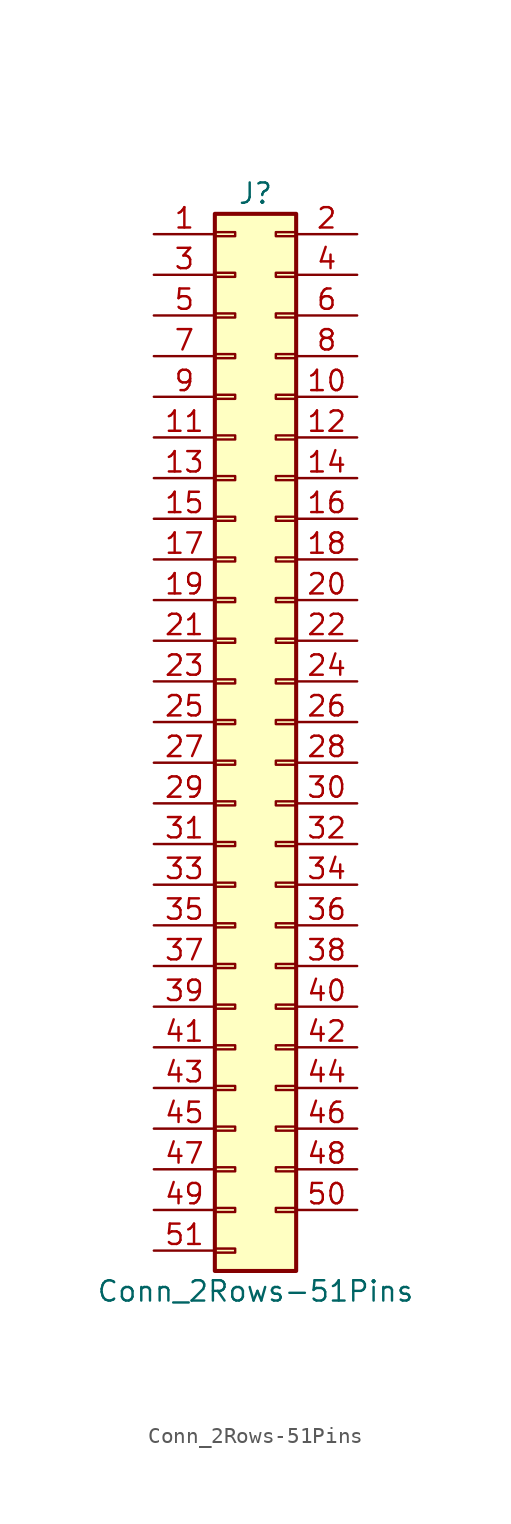
<source format=kicad_sym>
(kicad_symbol_lib
  (version 20220914)
  (generator kicad_symbol_editor)
  (symbol "Conn_2Rows-51Pins"
    (pin_names
      (offset 1.016) hide)
    (property "Reference" "J"
      (at 1.27 33.02 0)
      (effects (font (size 1.27 1.27))))
    (property "Value" "Conn_2Rows-51Pins"
      (at 1.27 -35.56 0)
      (effects (font (size 1.27 1.27))))
    (symbol "Conn_2Rows-51Pins_1_1"
      (rectangle (start -1.27 -32.893) (end 0 -33.147) (stroke (width 0.152) (type solid)) (fill (type none)))
      (rectangle (start -1.27 -30.353) (end 0 -30.607) (stroke (width 0.152) (type solid)) (fill (type none)))
      (rectangle (start -1.27 -27.813) (end 0 -28.067) (stroke (width 0.152) (type solid)) (fill (type none)))
      (rectangle (start -1.27 -25.273) (end 0 -25.527) (stroke (width 0.152) (type solid)) (fill (type none)))
      (rectangle (start -1.27 -22.733) (end 0 -22.987) (stroke (width 0.152) (type solid)) (fill (type none)))
      (rectangle (start -1.27 -20.193) (end 0 -20.447) (stroke (width 0.152) (type solid)) (fill (type none)))
      (rectangle (start -1.27 -17.653) (end 0 -17.907) (stroke (width 0.152) (type solid)) (fill (type none)))
      (rectangle (start -1.27 -15.113) (end 0 -15.367) (stroke (width 0.152) (type solid)) (fill (type none)))
      (rectangle (start -1.27 -12.573) (end 0 -12.827) (stroke (width 0.152) (type solid)) (fill (type none)))
      (rectangle (start -1.27 -10.033) (end 0 -10.287) (stroke (width 0.152) (type solid)) (fill (type none)))
      (rectangle (start -1.27 -7.493) (end 0 -7.747) (stroke (width 0.152) (type solid)) (fill (type none)))
      (rectangle (start -1.27 -4.953) (end 0 -5.207) (stroke (width 0.152) (type solid)) (fill (type none)))
      (rectangle (start -1.27 -2.413) (end 0 -2.667) (stroke (width 0.152) (type solid)) (fill (type none)))
      (rectangle (start -1.27 0.127) (end 0 -0.127) (stroke (width 0.152) (type solid)) (fill (type none)))
      (rectangle (start -1.27 2.667) (end 0 2.413) (stroke (width 0.152) (type solid)) (fill (type none)))
      (rectangle (start -1.27 5.207) (end 0 4.953) (stroke (width 0.152) (type solid)) (fill (type none)))
      (rectangle (start -1.27 7.747) (end 0 7.493) (stroke (width 0.152) (type solid)) (fill (type none)))
      (rectangle (start -1.27 10.287) (end 0 10.033) (stroke (width 0.152) (type solid)) (fill (type none)))
      (rectangle (start -1.27 12.827) (end 0 12.573) (stroke (width 0.152) (type solid)) (fill (type none)))
      (rectangle (start -1.27 15.367) (end 0 15.113) (stroke (width 0.152) (type solid)) (fill (type none)))
      (rectangle (start -1.27 17.907) (end 0 17.653) (stroke (width 0.152) (type solid)) (fill (type none)))
      (rectangle (start -1.27 20.447) (end 0 20.193) (stroke (width 0.152) (type solid)) (fill (type none)))
      (rectangle (start -1.27 22.987) (end 0 22.733) (stroke (width 0.152) (type solid)) (fill (type none)))
      (rectangle (start -1.27 25.527) (end 0 25.273) (stroke (width 0.152) (type solid)) (fill (type none)))
      (rectangle (start -1.27 28.067) (end 0 27.813) (stroke (width 0.152) (type solid)) (fill (type none)))
      (rectangle (start -1.27 30.607) (end 0 30.353) (stroke (width 0.152) (type solid)) (fill (type none)))
      (rectangle (start -1.27 31.75) (end 3.81 -34.29) (stroke (width 0.254) (type solid)) (fill (type background)))
      (rectangle (start 3.81 -30.353) (end 2.54 -30.607) (stroke (width 0.152) (type solid)) (fill (type none)))
      (rectangle (start 3.81 -27.813) (end 2.54 -28.067) (stroke (width 0.152) (type solid)) (fill (type none)))
      (rectangle (start 3.81 -25.273) (end 2.54 -25.527) (stroke (width 0.152) (type solid)) (fill (type none)))
      (rectangle (start 3.81 -22.733) (end 2.54 -22.987) (stroke (width 0.152) (type solid)) (fill (type none)))
      (rectangle (start 3.81 -20.193) (end 2.54 -20.447) (stroke (width 0.152) (type solid)) (fill (type none)))
      (rectangle (start 3.81 -17.653) (end 2.54 -17.907) (stroke (width 0.152) (type solid)) (fill (type none)))
      (rectangle (start 3.81 -15.113) (end 2.54 -15.367) (stroke (width 0.152) (type solid)) (fill (type none)))
      (rectangle (start 3.81 -12.573) (end 2.54 -12.827) (stroke (width 0.152) (type solid)) (fill (type none)))
      (rectangle (start 3.81 -10.033) (end 2.54 -10.287) (stroke (width 0.152) (type solid)) (fill (type none)))
      (rectangle (start 3.81 -7.493) (end 2.54 -7.747) (stroke (width 0.152) (type solid)) (fill (type none)))
      (rectangle (start 3.81 -4.953) (end 2.54 -5.207) (stroke (width 0.152) (type solid)) (fill (type none)))
      (rectangle (start 3.81 -2.413) (end 2.54 -2.667) (stroke (width 0.152) (type solid)) (fill (type none)))
      (rectangle (start 3.81 0.127) (end 2.54 -0.127) (stroke (width 0.152) (type solid)) (fill (type none)))
      (rectangle (start 3.81 2.667) (end 2.54 2.413) (stroke (width 0.152) (type solid)) (fill (type none)))
      (rectangle (start 3.81 5.207) (end 2.54 4.953) (stroke (width 0.152) (type solid)) (fill (type none)))
      (rectangle (start 3.81 7.747) (end 2.54 7.493) (stroke (width 0.152) (type solid)) (fill (type none)))
      (rectangle (start 3.81 10.287) (end 2.54 10.033) (stroke (width 0.152) (type solid)) (fill (type none)))
      (rectangle (start 3.81 12.827) (end 2.54 12.573) (stroke (width 0.152) (type solid)) (fill (type none)))
      (rectangle (start 3.81 15.367) (end 2.54 15.113) (stroke (width 0.152) (type solid)) (fill (type none)))
      (rectangle (start 3.81 17.907) (end 2.54 17.653) (stroke (width 0.152) (type solid)) (fill (type none)))
      (rectangle (start 3.81 20.447) (end 2.54 20.193) (stroke (width 0.152) (type solid)) (fill (type none)))
      (rectangle (start 3.81 22.987) (end 2.54 22.733) (stroke (width 0.152) (type solid)) (fill (type none)))
      (rectangle (start 3.81 25.527) (end 2.54 25.273) (stroke (width 0.152) (type solid)) (fill (type none)))
      (rectangle (start 3.81 28.067) (end 2.54 27.813) (stroke (width 0.152) (type solid)) (fill (type none)))
      (rectangle (start 3.81 30.607) (end 2.54 30.353) (stroke (width 0.152) (type solid)) (fill (type none)))
      (pin passive line (at -5.08 30.48 0) (length 3.81) (name "Pin_1" (effects (font (size 1.27 1.27)))) (number "1" (effects (font (size 1.27 1.27)))))
      (pin passive line (at 7.62 20.32 180) (length 3.81) (name "Pin_10" (effects (font (size 1.27 1.27)))) (number "10" (effects (font (size 1.27 1.27)))))
      (pin passive line (at -5.08 17.78 0) (length 3.81) (name "Pin_11" (effects (font (size 1.27 1.27)))) (number "11" (effects (font (size 1.27 1.27)))))
      (pin passive line (at 7.62 17.78 180) (length 3.81) (name "Pin_12" (effects (font (size 1.27 1.27)))) (number "12" (effects (font (size 1.27 1.27)))))
      (pin passive line (at -5.08 15.24 0) (length 3.81) (name "Pin_13" (effects (font (size 1.27 1.27)))) (number "13" (effects (font (size 1.27 1.27)))))
      (pin passive line (at 7.62 15.24 180) (length 3.81) (name "Pin_14" (effects (font (size 1.27 1.27)))) (number "14" (effects (font (size 1.27 1.27)))))
      (pin passive line (at -5.08 12.7 0) (length 3.81) (name "Pin_15" (effects (font (size 1.27 1.27)))) (number "15" (effects (font (size 1.27 1.27)))))
      (pin passive line (at 7.62 12.7 180) (length 3.81) (name "Pin_16" (effects (font (size 1.27 1.27)))) (number "16" (effects (font (size 1.27 1.27)))))
      (pin passive line (at -5.08 10.16 0) (length 3.81) (name "Pin_17" (effects (font (size 1.27 1.27)))) (number "17" (effects (font (size 1.27 1.27)))))
      (pin passive line (at 7.62 10.16 180) (length 3.81) (name "Pin_18" (effects (font (size 1.27 1.27)))) (number "18" (effects (font (size 1.27 1.27)))))
      (pin passive line (at -5.08 7.62 0) (length 3.81) (name "Pin_19" (effects (font (size 1.27 1.27)))) (number "19" (effects (font (size 1.27 1.27)))))
      (pin passive line (at 7.62 30.48 180) (length 3.81) (name "Pin_2" (effects (font (size 1.27 1.27)))) (number "2" (effects (font (size 1.27 1.27)))))
      (pin passive line (at 7.62 7.62 180) (length 3.81) (name "Pin_20" (effects (font (size 1.27 1.27)))) (number "20" (effects (font (size 1.27 1.27)))))
      (pin passive line (at -5.08 5.08 0) (length 3.81) (name "Pin_21" (effects (font (size 1.27 1.27)))) (number "21" (effects (font (size 1.27 1.27)))))
      (pin passive line (at 7.62 5.08 180) (length 3.81) (name "Pin_22" (effects (font (size 1.27 1.27)))) (number "22" (effects (font (size 1.27 1.27)))))
      (pin passive line (at -5.08 2.54 0) (length 3.81) (name "Pin_23" (effects (font (size 1.27 1.27)))) (number "23" (effects (font (size 1.27 1.27)))))
      (pin passive line (at 7.62 2.54 180) (length 3.81) (name "Pin_24" (effects (font (size 1.27 1.27)))) (number "24" (effects (font (size 1.27 1.27)))))
      (pin passive line (at -5.08 0 0) (length 3.81) (name "Pin_25" (effects (font (size 1.27 1.27)))) (number "25" (effects (font (size 1.27 1.27)))))
      (pin passive line (at 7.62 0 180) (length 3.81) (name "Pin_26" (effects (font (size 1.27 1.27)))) (number "26" (effects (font (size 1.27 1.27)))))
      (pin passive line (at -5.08 -2.54 0) (length 3.81) (name "Pin_27" (effects (font (size 1.27 1.27)))) (number "27" (effects (font (size 1.27 1.27)))))
      (pin passive line (at 7.62 -2.54 180) (length 3.81) (name "Pin_28" (effects (font (size 1.27 1.27)))) (number "28" (effects (font (size 1.27 1.27)))))
      (pin passive line (at -5.08 -5.08 0) (length 3.81) (name "Pin_29" (effects (font (size 1.27 1.27)))) (number "29" (effects (font (size 1.27 1.27)))))
      (pin passive line (at -5.08 27.94 0) (length 3.81) (name "Pin_3" (effects (font (size 1.27 1.27)))) (number "3" (effects (font (size 1.27 1.27)))))
      (pin passive line (at 7.62 -5.08 180) (length 3.81) (name "Pin_30" (effects (font (size 1.27 1.27)))) (number "30" (effects (font (size 1.27 1.27)))))
      (pin passive line (at -5.08 -7.62 0) (length 3.81) (name "Pin_31" (effects (font (size 1.27 1.27)))) (number "31" (effects (font (size 1.27 1.27)))))
      (pin passive line (at 7.62 -7.62 180) (length 3.81) (name "Pin_32" (effects (font (size 1.27 1.27)))) (number "32" (effects (font (size 1.27 1.27)))))
      (pin passive line (at -5.08 -10.16 0) (length 3.81) (name "Pin_33" (effects (font (size 1.27 1.27)))) (number "33" (effects (font (size 1.27 1.27)))))
      (pin passive line (at 7.62 -10.16 180) (length 3.81) (name "Pin_34" (effects (font (size 1.27 1.27)))) (number "34" (effects (font (size 1.27 1.27)))))
      (pin passive line (at -5.08 -12.7 0) (length 3.81) (name "Pin_35" (effects (font (size 1.27 1.27)))) (number "35" (effects (font (size 1.27 1.27)))))
      (pin passive line (at 7.62 -12.7 180) (length 3.81) (name "Pin_36" (effects (font (size 1.27 1.27)))) (number "36" (effects (font (size 1.27 1.27)))))
      (pin passive line (at -5.08 -15.24 0) (length 3.81) (name "Pin_37" (effects (font (size 1.27 1.27)))) (number "37" (effects (font (size 1.27 1.27)))))
      (pin passive line (at 7.62 -15.24 180) (length 3.81) (name "Pin_38" (effects (font (size 1.27 1.27)))) (number "38" (effects (font (size 1.27 1.27)))))
      (pin passive line (at -5.08 -17.78 0) (length 3.81) (name "Pin_39" (effects (font (size 1.27 1.27)))) (number "39" (effects (font (size 1.27 1.27)))))
      (pin passive line (at 7.62 27.94 180) (length 3.81) (name "Pin_4" (effects (font (size 1.27 1.27)))) (number "4" (effects (font (size 1.27 1.27)))))
      (pin passive line (at 7.62 -17.78 180) (length 3.81) (name "Pin_40" (effects (font (size 1.27 1.27)))) (number "40" (effects (font (size 1.27 1.27)))))
      (pin passive line (at -5.08 -20.32 0) (length 3.81) (name "Pin_41" (effects (font (size 1.27 1.27)))) (number "41" (effects (font (size 1.27 1.27)))))
      (pin passive line (at 7.62 -20.32 180) (length 3.81) (name "Pin_42" (effects (font (size 1.27 1.27)))) (number "42" (effects (font (size 1.27 1.27)))))
      (pin passive line (at -5.08 -22.86 0) (length 3.81) (name "Pin_43" (effects (font (size 1.27 1.27)))) (number "43" (effects (font (size 1.27 1.27)))))
      (pin passive line (at 7.62 -22.86 180) (length 3.81) (name "Pin_44" (effects (font (size 1.27 1.27)))) (number "44" (effects (font (size 1.27 1.27)))))
      (pin passive line (at -5.08 -25.4 0) (length 3.81) (name "Pin_45" (effects (font (size 1.27 1.27)))) (number "45" (effects (font (size 1.27 1.27)))))
      (pin passive line (at 7.62 -25.4 180) (length 3.81) (name "Pin_46" (effects (font (size 1.27 1.27)))) (number "46" (effects (font (size 1.27 1.27)))))
      (pin passive line (at -5.08 -27.94 0) (length 3.81) (name "Pin_47" (effects (font (size 1.27 1.27)))) (number "47" (effects (font (size 1.27 1.27)))))
      (pin passive line (at 7.62 -27.94 180) (length 3.81) (name "Pin_48" (effects (font (size 1.27 1.27)))) (number "48" (effects (font (size 1.27 1.27)))))
      (pin passive line (at -5.08 -30.48 0) (length 3.81) (name "Pin_49" (effects (font (size 1.27 1.27)))) (number "49" (effects (font (size 1.27 1.27)))))
      (pin passive line (at -5.08 25.4 0) (length 3.81) (name "Pin_5" (effects (font (size 1.27 1.27)))) (number "5" (effects (font (size 1.27 1.27)))))
      (pin passive line (at 7.62 -30.48 180) (length 3.81) (name "Pin_50" (effects (font (size 1.27 1.27)))) (number "50" (effects (font (size 1.27 1.27)))))
      (pin passive line (at -5.08 -33.02 0) (length 3.81) (name "Pin_51" (effects (font (size 1.27 1.27)))) (number "51" (effects (font (size 1.27 1.27)))))
      (pin passive line (at 7.62 25.4 180) (length 3.81) (name "Pin_6" (effects (font (size 1.27 1.27)))) (number "6" (effects (font (size 1.27 1.27)))))
      (pin passive line (at -5.08 22.86 0) (length 3.81) (name "Pin_7" (effects (font (size 1.27 1.27)))) (number "7" (effects (font (size 1.27 1.27)))))
      (pin passive line (at 7.62 22.86 180) (length 3.81) (name "Pin_8" (effects (font (size 1.27 1.27)))) (number "8" (effects (font (size 1.27 1.27)))))
      (pin passive line (at -5.08 20.32 0) (length 3.81) (name "Pin_9" (effects (font (size 1.27 1.27)))) (number "9" (effects (font (size 1.27 1.27))))))))
</source>
